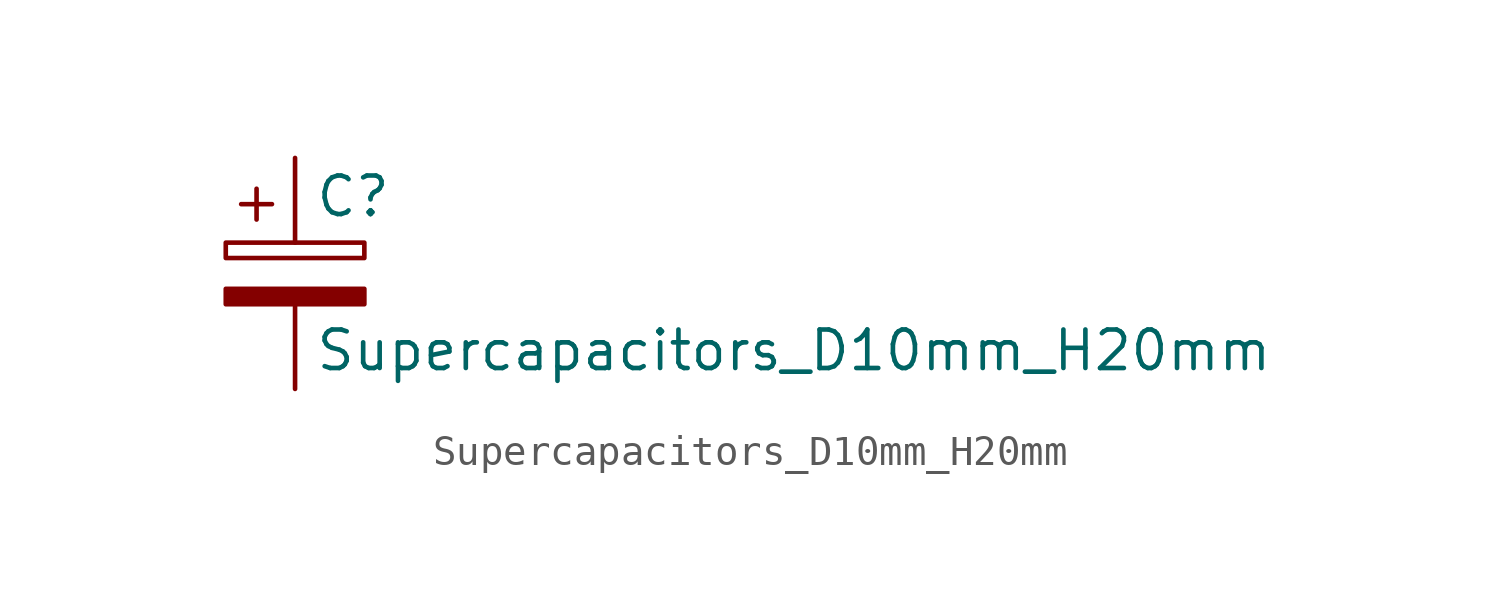
<source format=kicad_sym>
(kicad_symbol_lib
  (version 20231120)
  (generator "kicad_symbol_editor")
  (generator_version "8.0")
  (symbol "Supercapacitors_D10mm_H20mm"
    (pin_numbers hide)
    (pin_names
      (offset 0.254))
    (property "Reference" "C"
      (at 0.635 2.54 0)
      (effects (font (size 1.27 1.27)) (justify left)))
    (property "Value" "Supercapacitors_D10mm_H20mm"
      (at 0.635 -2.54 0)
      (effects (font (size 1.27 1.27)) (justify left)))
    (symbol "Supercapacitors_D10mm_H20mm_0_1"
      (rectangle (start -2.286 0.508) (end 2.286 1.016) (stroke (width 0) (type default)) (fill (type none)))
      (polyline (pts (xy -1.778 2.286) (xy -0.762 2.286)) (stroke (width 0) (type default)) (fill (type none)))
      (polyline (pts (xy -1.27 2.794) (xy -1.27 1.778)) (stroke (width 0) (type default)) (fill (type none)))
      (rectangle (start 2.286 -0.508) (end -2.286 -1.016) (stroke (width 0) (type default)) (fill (type outline))))
    (symbol "Supercapacitors_D10mm_H20mm_1_1"
      (pin passive line (at 0 3.81 270) (length 2.794) (name "~" (effects (font (size 1.27 1.27)))) (number "1" (effects (font (size 1.27 1.27)))))
      (pin passive line (at 0 -3.81 90) (length 2.794) (name "~" (effects (font (size 1.27 1.27)))) (number "2" (effects (font (size 1.27 1.27))))))))
</source>
